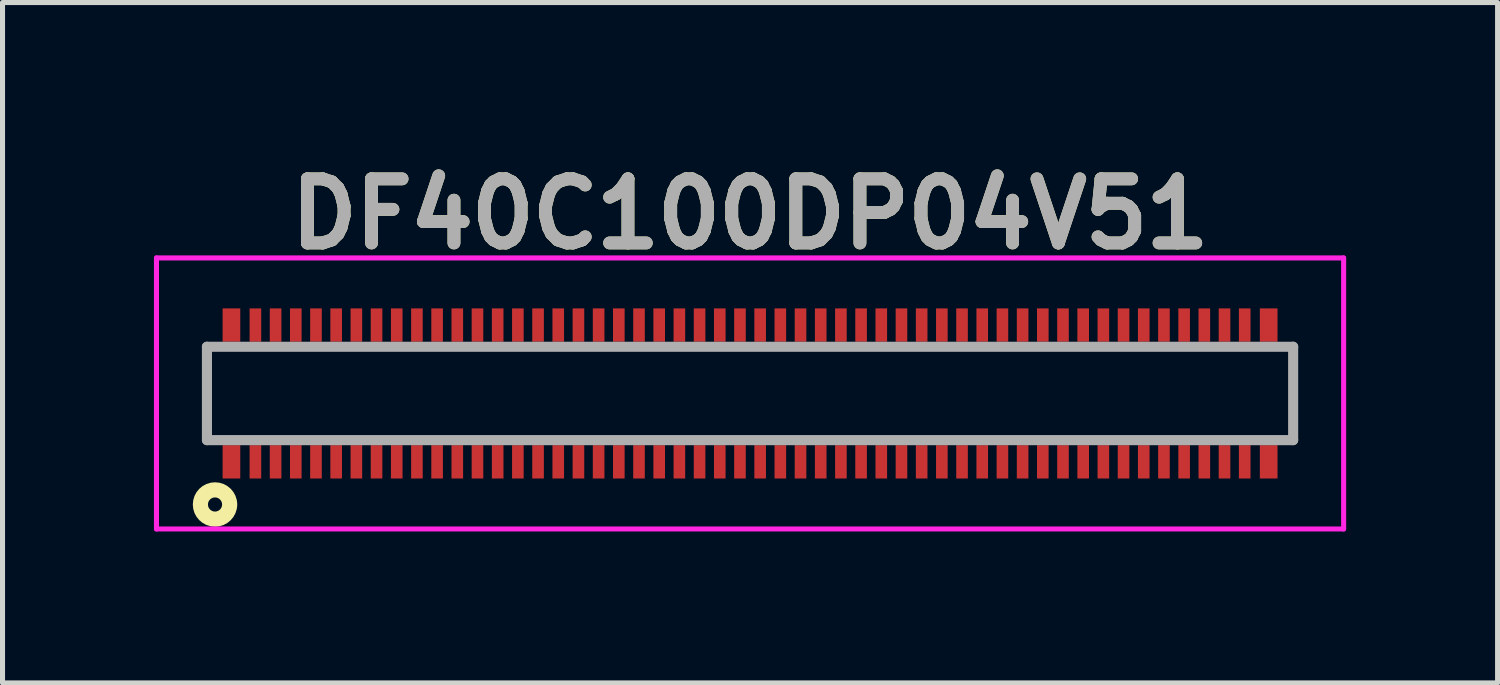
<source format=kicad_pcb>
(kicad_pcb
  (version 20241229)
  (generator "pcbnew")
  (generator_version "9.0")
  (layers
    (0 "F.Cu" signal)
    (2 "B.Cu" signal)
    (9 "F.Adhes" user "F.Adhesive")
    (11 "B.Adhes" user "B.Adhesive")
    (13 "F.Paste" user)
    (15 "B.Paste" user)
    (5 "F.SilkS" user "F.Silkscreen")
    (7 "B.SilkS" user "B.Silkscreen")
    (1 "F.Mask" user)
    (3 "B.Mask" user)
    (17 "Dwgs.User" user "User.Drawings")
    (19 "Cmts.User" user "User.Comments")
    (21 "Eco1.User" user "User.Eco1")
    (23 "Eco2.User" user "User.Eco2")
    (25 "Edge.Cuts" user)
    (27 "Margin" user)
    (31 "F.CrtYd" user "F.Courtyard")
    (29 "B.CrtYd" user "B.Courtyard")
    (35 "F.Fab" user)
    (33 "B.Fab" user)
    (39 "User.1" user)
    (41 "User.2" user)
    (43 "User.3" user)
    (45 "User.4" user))
  (footprint "DF40C100DP04V51"
    (layer "F.Cu")
    (at 11.81 4.745)
    (property "Reference" "DF40C100DP04V51" (at 0 -3.556 0) (layer "F.SilkS") (effects (font (size 1.27 1.27) (thickness 0.254))))
    (attr smd)
    (fp_line (start -10.76 -0.925) (end -10.76 0.925) (stroke (width 0.1) (type solid)) (layer "F.SilkS"))
    (fp_line (start 10.76 -0.925) (end 10.76 0.925) (stroke (width 0.1) (type solid)) (layer "F.SilkS"))
    (fp_circle (center -10.6 2.2) (end -10.46 2.2) (stroke (width 0.3) (type default)) (fill no) (layer "F.SilkS"))
    (fp_line (start -11.76 -2.685) (end 11.76 -2.685) (stroke (width 0.1) (type solid)) (layer "F.CrtYd"))
    (fp_line (start -11.76 2.685) (end -11.76 -2.685) (stroke (width 0.1) (type solid)) (layer "F.CrtYd"))
    (fp_line (start 11.76 -2.685) (end 11.76 2.685) (stroke (width 0.1) (type solid)) (layer "F.CrtYd"))
    (fp_line (start 11.76 2.685) (end -11.76 2.685) (stroke (width 0.1) (type solid)) (layer "F.CrtYd"))
    (fp_line (start -10.76 -0.925) (end 10.76 -0.925) (stroke (width 0.2) (type solid)) (layer "F.Fab"))
    (fp_line (start -10.76 0.925) (end -10.76 -0.925) (stroke (width 0.2) (type solid)) (layer "F.Fab"))
    (fp_line (start 10.76 -0.925) (end 10.76 0.925) (stroke (width 0.2) (type solid)) (layer "F.Fab"))
    (fp_line (start 10.76 0.925) (end -10.76 0.925) (stroke (width 0.2) (type solid)) (layer "F.Fab"))
    (fp_text user "${REFERENCE}" (at 0 -3.556 0) (layer "F.Fab") (effects (font (size 1.27 1.27) (thickness 0.254))))
    (pad "1" smd rect (at -9.8 1.355) (size 0.23 0.66) (layers "F.Cu" "F.Mask" "F.Paste"))
    (pad "2" smd rect (at -9.8 -1.355) (size 0.23 0.66) (layers "F.Cu" "F.Mask" "F.Paste"))
    (pad "3" smd rect (at -9.4 1.355) (size 0.23 0.66) (layers "F.Cu" "F.Mask" "F.Paste"))
    (pad "4" smd rect (at -9.4 -1.355) (size 0.23 0.66) (layers "F.Cu" "F.Mask" "F.Paste"))
    (pad "5" smd rect (at -9 1.355) (size 0.23 0.66) (layers "F.Cu" "F.Mask" "F.Paste"))
    (pad "6" smd rect (at -9 -1.355) (size 0.23 0.66) (layers "F.Cu" "F.Mask" "F.Paste"))
    (pad "7" smd rect (at -8.6 1.355) (size 0.23 0.66) (layers "F.Cu" "F.Mask" "F.Paste"))
    (pad "8" smd rect (at -8.6 -1.355) (size 0.23 0.66) (layers "F.Cu" "F.Mask" "F.Paste"))
    (pad "9" smd rect (at -8.2 1.355) (size 0.23 0.66) (layers "F.Cu" "F.Mask" "F.Paste"))
    (pad "10" smd rect (at -8.2 -1.355) (size 0.23 0.66) (layers "F.Cu" "F.Mask" "F.Paste"))
    (pad "11" smd rect (at -7.8 1.355) (size 0.23 0.66) (layers "F.Cu" "F.Mask" "F.Paste"))
    (pad "12" smd rect (at -7.8 -1.355) (size 0.23 0.66) (layers "F.Cu" "F.Mask" "F.Paste"))
    (pad "13" smd rect (at -7.4 1.355) (size 0.23 0.66) (layers "F.Cu" "F.Mask" "F.Paste"))
    (pad "14" smd rect (at -7.4 -1.355) (size 0.23 0.66) (layers "F.Cu" "F.Mask" "F.Paste"))
    (pad "15" smd rect (at -7 1.355) (size 0.23 0.66) (layers "F.Cu" "F.Mask" "F.Paste"))
    (pad "16" smd rect (at -7 -1.355) (size 0.23 0.66) (layers "F.Cu" "F.Mask" "F.Paste"))
    (pad "17" smd rect (at -6.6 1.355) (size 0.23 0.66) (layers "F.Cu" "F.Mask" "F.Paste"))
    (pad "18" smd rect (at -6.6 -1.355) (size 0.23 0.66) (layers "F.Cu" "F.Mask" "F.Paste"))
    (pad "19" smd rect (at -6.2 1.355) (size 0.23 0.66) (layers "F.Cu" "F.Mask" "F.Paste"))
    (pad "20" smd rect (at -6.2 -1.355) (size 0.23 0.66) (layers "F.Cu" "F.Mask" "F.Paste"))
    (pad "21" smd rect (at -5.8 1.355) (size 0.23 0.66) (layers "F.Cu" "F.Mask" "F.Paste"))
    (pad "22" smd rect (at -5.8 -1.355) (size 0.23 0.66) (layers "F.Cu" "F.Mask" "F.Paste"))
    (pad "23" smd rect (at -5.4 1.355) (size 0.23 0.66) (layers "F.Cu" "F.Mask" "F.Paste"))
    (pad "24" smd rect (at -5.4 -1.355) (size 0.23 0.66) (layers "F.Cu" "F.Mask" "F.Paste"))
    (pad "25" smd rect (at -5 1.355) (size 0.23 0.66) (layers "F.Cu" "F.Mask" "F.Paste"))
    (pad "26" smd rect (at -5 -1.355) (size 0.23 0.66) (layers "F.Cu" "F.Mask" "F.Paste"))
    (pad "27" smd rect (at -4.6 1.355) (size 0.23 0.66) (layers "F.Cu" "F.Mask" "F.Paste"))
    (pad "28" smd rect (at -4.6 -1.355) (size 0.23 0.66) (layers "F.Cu" "F.Mask" "F.Paste"))
    (pad "29" smd rect (at -4.2 1.355) (size 0.23 0.66) (layers "F.Cu" "F.Mask" "F.Paste"))
    (pad "30" smd rect (at -4.2 -1.355) (size 0.23 0.66) (layers "F.Cu" "F.Mask" "F.Paste"))
    (pad "31" smd rect (at -3.8 1.355) (size 0.23 0.66) (layers "F.Cu" "F.Mask" "F.Paste"))
    (pad "32" smd rect (at -3.8 -1.355) (size 0.23 0.66) (layers "F.Cu" "F.Mask" "F.Paste"))
    (pad "33" smd rect (at -3.4 1.355) (size 0.23 0.66) (layers "F.Cu" "F.Mask" "F.Paste"))
    (pad "34" smd rect (at -3.4 -1.355) (size 0.23 0.66) (layers "F.Cu" "F.Mask" "F.Paste"))
    (pad "35" smd rect (at -3 1.355) (size 0.23 0.66) (layers "F.Cu" "F.Mask" "F.Paste"))
    (pad "36" smd rect (at -3 -1.355) (size 0.23 0.66) (layers "F.Cu" "F.Mask" "F.Paste"))
    (pad "37" smd rect (at -2.6 1.355) (size 0.23 0.66) (layers "F.Cu" "F.Mask" "F.Paste"))
    (pad "38" smd rect (at -2.6 -1.355) (size 0.23 0.66) (layers "F.Cu" "F.Mask" "F.Paste"))
    (pad "39" smd rect (at -2.2 1.355) (size 0.23 0.66) (layers "F.Cu" "F.Mask" "F.Paste"))
    (pad "40" smd rect (at -2.2 -1.355) (size 0.23 0.66) (layers "F.Cu" "F.Mask" "F.Paste"))
    (pad "41" smd rect (at -1.8 1.355) (size 0.23 0.66) (layers "F.Cu" "F.Mask" "F.Paste"))
    (pad "42" smd rect (at -1.8 -1.355) (size 0.23 0.66) (layers "F.Cu" "F.Mask" "F.Paste"))
    (pad "43" smd rect (at -1.4 1.355) (size 0.23 0.66) (layers "F.Cu" "F.Mask" "F.Paste"))
    (pad "44" smd rect (at -1.4 -1.355) (size 0.23 0.66) (layers "F.Cu" "F.Mask" "F.Paste"))
    (pad "45" smd rect (at -1 1.355) (size 0.23 0.66) (layers "F.Cu" "F.Mask" "F.Paste"))
    (pad "46" smd rect (at -1 -1.355) (size 0.23 0.66) (layers "F.Cu" "F.Mask" "F.Paste"))
    (pad "47" smd rect (at -0.6 1.355) (size 0.23 0.66) (layers "F.Cu" "F.Mask" "F.Paste"))
    (pad "48" smd rect (at -0.6 -1.355) (size 0.23 0.66) (layers "F.Cu" "F.Mask" "F.Paste"))
    (pad "49" smd rect (at -0.2 1.355) (size 0.23 0.66) (layers "F.Cu" "F.Mask" "F.Paste"))
    (pad "50" smd rect (at -0.2 -1.355) (size 0.23 0.66) (layers "F.Cu" "F.Mask" "F.Paste"))
    (pad "51" smd rect (at 0.2 1.355) (size 0.23 0.66) (layers "F.Cu" "F.Mask" "F.Paste"))
    (pad "52" smd rect (at 0.2 -1.355) (size 0.23 0.66) (layers "F.Cu" "F.Mask" "F.Paste"))
    (pad "53" smd rect (at 0.6 1.355) (size 0.23 0.66) (layers "F.Cu" "F.Mask" "F.Paste"))
    (pad "54" smd rect (at 0.6 -1.355) (size 0.23 0.66) (layers "F.Cu" "F.Mask" "F.Paste"))
    (pad "55" smd rect (at 1 1.355) (size 0.23 0.66) (layers "F.Cu" "F.Mask" "F.Paste"))
    (pad "56" smd rect (at 1 -1.355) (size 0.23 0.66) (layers "F.Cu" "F.Mask" "F.Paste"))
    (pad "57" smd rect (at 1.4 1.355) (size 0.23 0.66) (layers "F.Cu" "F.Mask" "F.Paste"))
    (pad "58" smd rect (at 1.4 -1.355) (size 0.23 0.66) (layers "F.Cu" "F.Mask" "F.Paste"))
    (pad "59" smd rect (at 1.8 1.355) (size 0.23 0.66) (layers "F.Cu" "F.Mask" "F.Paste"))
    (pad "60" smd rect (at 1.8 -1.355) (size 0.23 0.66) (layers "F.Cu" "F.Mask" "F.Paste"))
    (pad "61" smd rect (at 2.2 1.355) (size 0.23 0.66) (layers "F.Cu" "F.Mask" "F.Paste"))
    (pad "62" smd rect (at 2.2 -1.355) (size 0.23 0.66) (layers "F.Cu" "F.Mask" "F.Paste"))
    (pad "63" smd rect (at 2.6 1.355) (size 0.23 0.66) (layers "F.Cu" "F.Mask" "F.Paste"))
    (pad "64" smd rect (at 2.6 -1.355) (size 0.23 0.66) (layers "F.Cu" "F.Mask" "F.Paste"))
    (pad "65" smd rect (at 3 1.355) (size 0.23 0.66) (layers "F.Cu" "F.Mask" "F.Paste"))
    (pad "66" smd rect (at 3 -1.355) (size 0.23 0.66) (layers "F.Cu" "F.Mask" "F.Paste"))
    (pad "67" smd rect (at 3.4 1.355) (size 0.23 0.66) (layers "F.Cu" "F.Mask" "F.Paste"))
    (pad "68" smd rect (at 3.4 -1.355) (size 0.23 0.66) (layers "F.Cu" "F.Mask" "F.Paste"))
    (pad "69" smd rect (at 3.8 1.355) (size 0.23 0.66) (layers "F.Cu" "F.Mask" "F.Paste"))
    (pad "70" smd rect (at 3.8 -1.355) (size 0.23 0.66) (layers "F.Cu" "F.Mask" "F.Paste"))
    (pad "71" smd rect (at 4.2 1.355) (size 0.23 0.66) (layers "F.Cu" "F.Mask" "F.Paste"))
    (pad "72" smd rect (at 4.2 -1.355) (size 0.23 0.66) (layers "F.Cu" "F.Mask" "F.Paste"))
    (pad "73" smd rect (at 4.6 1.355) (size 0.23 0.66) (layers "F.Cu" "F.Mask" "F.Paste"))
    (pad "74" smd rect (at 4.6 -1.355) (size 0.23 0.66) (layers "F.Cu" "F.Mask" "F.Paste"))
    (pad "75" smd rect (at 5 1.355) (size 0.23 0.66) (layers "F.Cu" "F.Mask" "F.Paste"))
    (pad "76" smd rect (at 5 -1.355) (size 0.23 0.66) (layers "F.Cu" "F.Mask" "F.Paste"))
    (pad "77" smd rect (at 5.4 1.355) (size 0.23 0.66) (layers "F.Cu" "F.Mask" "F.Paste"))
    (pad "78" smd rect (at 5.4 -1.355) (size 0.23 0.66) (layers "F.Cu" "F.Mask" "F.Paste"))
    (pad "79" smd rect (at 5.8 1.355) (size 0.23 0.66) (layers "F.Cu" "F.Mask" "F.Paste"))
    (pad "80" smd rect (at 5.8 -1.355) (size 0.23 0.66) (layers "F.Cu" "F.Mask" "F.Paste"))
    (pad "81" smd rect (at 6.2 1.355) (size 0.23 0.66) (layers "F.Cu" "F.Mask" "F.Paste"))
    (pad "82" smd rect (at 6.2 -1.355) (size 0.23 0.66) (layers "F.Cu" "F.Mask" "F.Paste"))
    (pad "83" smd rect (at 6.6 1.355) (size 0.23 0.66) (layers "F.Cu" "F.Mask" "F.Paste"))
    (pad "84" smd rect (at 6.6 -1.355) (size 0.23 0.66) (layers "F.Cu" "F.Mask" "F.Paste"))
    (pad "85" smd rect (at 7 1.355) (size 0.23 0.66) (layers "F.Cu" "F.Mask" "F.Paste"))
    (pad "86" smd rect (at 7 -1.355) (size 0.23 0.66) (layers "F.Cu" "F.Mask" "F.Paste"))
    (pad "87" smd rect (at 7.4 1.355) (size 0.23 0.66) (layers "F.Cu" "F.Mask" "F.Paste"))
    (pad "88" smd rect (at 7.4 -1.355) (size 0.23 0.66) (layers "F.Cu" "F.Mask" "F.Paste"))
    (pad "89" smd rect (at 7.8 1.355) (size 0.23 0.66) (layers "F.Cu" "F.Mask" "F.Paste"))
    (pad "90" smd rect (at 7.8 -1.355) (size 0.23 0.66) (layers "F.Cu" "F.Mask" "F.Paste"))
    (pad "91" smd rect (at 8.2 1.355) (size 0.23 0.66) (layers "F.Cu" "F.Mask" "F.Paste"))
    (pad "92" smd rect (at 8.2 -1.355) (size 0.23 0.66) (layers "F.Cu" "F.Mask" "F.Paste"))
    (pad "93" smd rect (at 8.6 1.355) (size 0.23 0.66) (layers "F.Cu" "F.Mask" "F.Paste"))
    (pad "94" smd rect (at 8.6 -1.355) (size 0.23 0.66) (layers "F.Cu" "F.Mask" "F.Paste"))
    (pad "95" smd rect (at 9 1.355) (size 0.23 0.66) (layers "F.Cu" "F.Mask" "F.Paste"))
    (pad "96" smd rect (at 9 -1.355) (size 0.23 0.66) (layers "F.Cu" "F.Mask" "F.Paste"))
    (pad "97" smd rect (at 9.4 1.355) (size 0.23 0.66) (layers "F.Cu" "F.Mask" "F.Paste"))
    (pad "98" smd rect (at 9.4 -1.355) (size 0.23 0.66) (layers "F.Cu" "F.Mask" "F.Paste"))
    (pad "99" smd rect (at 9.8 1.355) (size 0.23 0.66) (layers "F.Cu" "F.Mask" "F.Paste"))
    (pad "100" smd rect (at 9.8 -1.355) (size 0.23 0.66) (layers "F.Cu" "F.Mask" "F.Paste"))
    (pad "101" smd rect (at -10.275 -1.355) (size 0.35 0.66) (layers "F.Cu" "F.Mask" "F.Paste"))
    (pad "102" smd rect (at -10.275 1.355) (size 0.35 0.66) (layers "F.Cu" "F.Mask" "F.Paste"))
    (pad "103" smd rect (at 10.275 1.355) (size 0.35 0.66) (layers "F.Cu" "F.Mask" "F.Paste"))
    (pad "104" smd rect (at 10.275 -1.355) (size 0.35 0.66) (layers "F.Cu" "F.Mask" "F.Paste")))
  (gr_rect
    (start -3 -3)
    (end 26.62 10.48)
    (stroke (width 0.1) (type default))
    (fill no)
    (layer "Edge.Cuts")))
</source>
